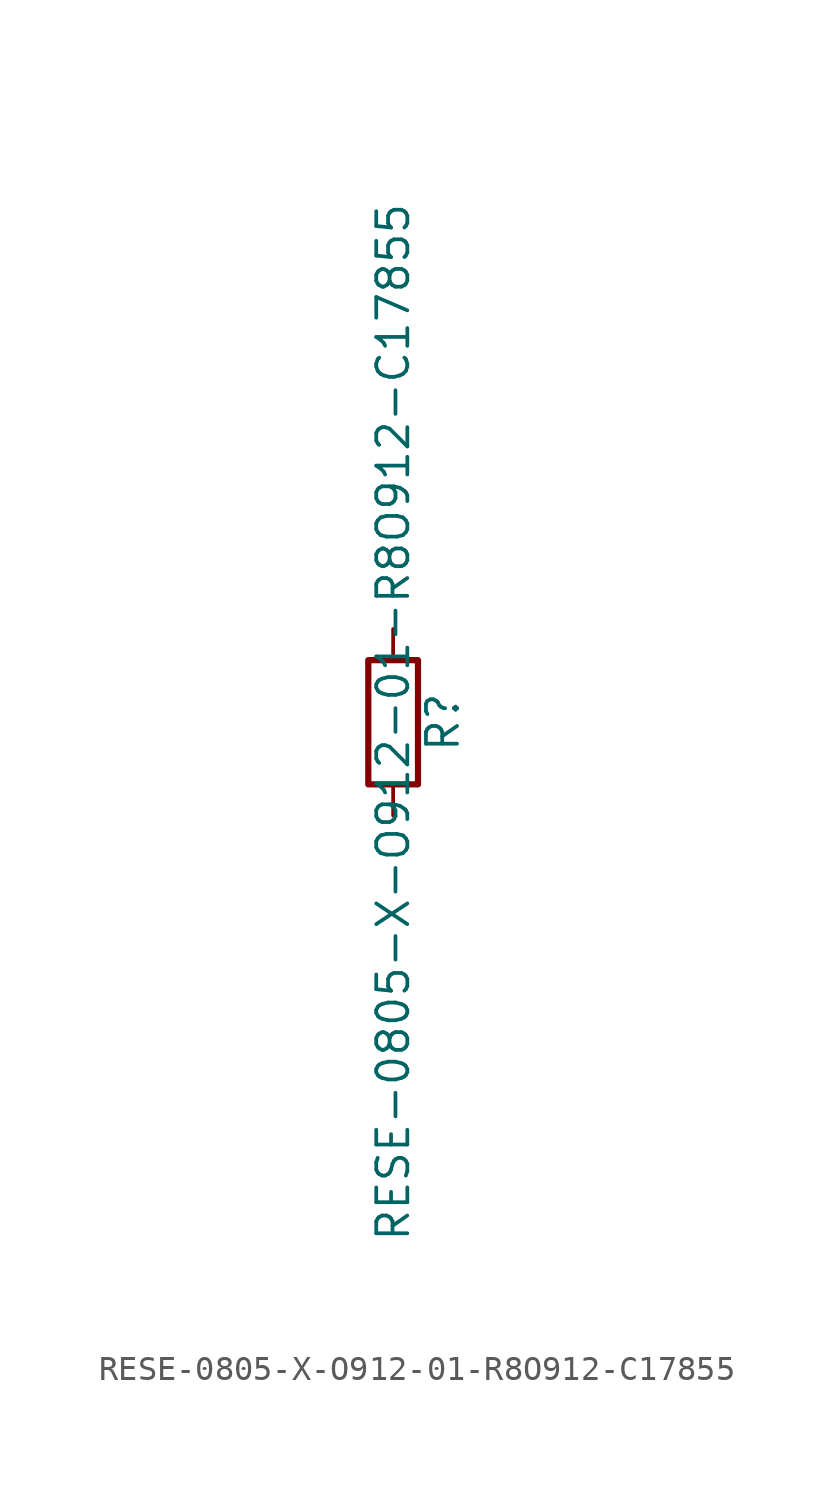
<source format=kicad_sym>
(kicad_symbol_lib
  (version 20211014)
  (generator kicad_symbol_editor)
  (symbol "RESE-0805-X-O912-01-R8O912-C17855"
    (pin_numbers hide)
    (pin_names
      (offset 0))
    (property "Reference" "R"
      (at 2.032 0 90)
      (effects (font (size 1.27 1.27))))
    (property "Value" "RESE-0805-X-O912-01-R8O912-C17855"
      (at 0 0 90)
      (effects (font (size 1.27 1.27))))
    (symbol "RESE-0805-X-O912-01-R8O912-C17855_0_1"
      (rectangle (start -1.016 -2.54) (end 1.016 2.54) (stroke (width 0.254) (type default) (color 0 0 0 0)) (fill (type none))))
    (symbol "RESE-0805-X-O912-01-R8O912-C17855_1_1"
      (pin passive line (at 0 3.81 270) (length 1.27) (name "~" (effects (font (size 1.27 1.27)))) (number "1" (effects (font (size 1.27 1.27)))))
      (pin passive line (at 0 -3.81 90) (length 1.27) (name "~" (effects (font (size 1.27 1.27)))) (number "2" (effects (font (size 1.27 1.27))))))))
</source>
